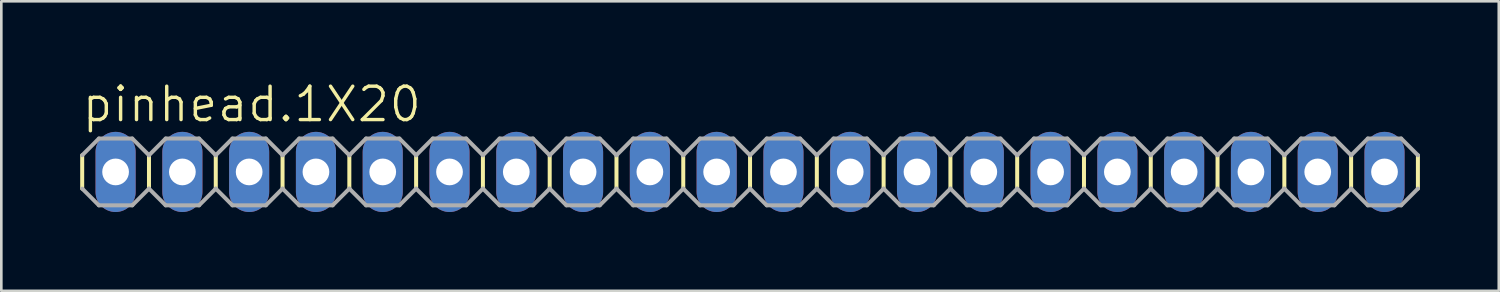
<source format=kicad_pcb>
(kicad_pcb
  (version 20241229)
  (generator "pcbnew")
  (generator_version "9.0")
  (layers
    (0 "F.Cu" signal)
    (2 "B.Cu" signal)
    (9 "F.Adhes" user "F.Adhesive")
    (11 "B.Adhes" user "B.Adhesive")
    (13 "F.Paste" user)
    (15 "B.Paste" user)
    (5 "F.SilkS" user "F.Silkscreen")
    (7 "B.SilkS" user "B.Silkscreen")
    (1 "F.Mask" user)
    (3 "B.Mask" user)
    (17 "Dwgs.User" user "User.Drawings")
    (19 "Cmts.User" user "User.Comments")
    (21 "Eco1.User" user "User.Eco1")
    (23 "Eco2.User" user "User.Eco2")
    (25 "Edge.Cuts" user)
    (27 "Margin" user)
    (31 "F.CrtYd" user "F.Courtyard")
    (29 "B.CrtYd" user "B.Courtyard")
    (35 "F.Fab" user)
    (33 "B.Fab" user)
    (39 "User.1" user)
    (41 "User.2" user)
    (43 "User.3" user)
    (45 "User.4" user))
  (footprint "pinhead.1X20"
    (layer "F.Cu")
    (at 25.476 3.489)
    (property "Reference" "pinhead.1X20" (at -25.476 -1.829 0) (layer "F.SilkS") (effects (font (size 1.27 1.27) (thickness 0.13)) (justify left bottom)))
    (attr through_hole)
    (fp_line (start -25.4 -0.635) (end -25.4 0.635) (stroke (width 0.152) (type default)) (layer "F.SilkS"))
    (fp_line (start -22.86 -0.635) (end -22.86 0.635) (stroke (width 0.152) (type default)) (layer "F.SilkS"))
    (fp_line (start -20.32 -0.635) (end -20.32 0.635) (stroke (width 0.152) (type default)) (layer "F.SilkS"))
    (fp_line (start -17.78 -0.635) (end -17.78 0.635) (stroke (width 0.152) (type default)) (layer "F.SilkS"))
    (fp_line (start -15.24 -0.635) (end -15.24 0.635) (stroke (width 0.152) (type default)) (layer "F.SilkS"))
    (fp_line (start -12.7 -0.635) (end -12.7 0.635) (stroke (width 0.152) (type default)) (layer "F.SilkS"))
    (fp_line (start -10.16 -0.635) (end -10.16 0.635) (stroke (width 0.152) (type default)) (layer "F.SilkS"))
    (fp_line (start -7.62 -0.635) (end -7.62 0.635) (stroke (width 0.152) (type default)) (layer "F.SilkS"))
    (fp_line (start -5.08 -0.635) (end -5.08 0.635) (stroke (width 0.152) (type default)) (layer "F.SilkS"))
    (fp_line (start -2.54 -0.635) (end -2.54 0.635) (stroke (width 0.152) (type default)) (layer "F.SilkS"))
    (fp_line (start 0 -0.635) (end 0 0.635) (stroke (width 0.152) (type default)) (layer "F.SilkS"))
    (fp_line (start 2.54 -0.635) (end 2.54 0.635) (stroke (width 0.152) (type default)) (layer "F.SilkS"))
    (fp_line (start 5.08 -0.635) (end 5.08 0.635) (stroke (width 0.152) (type default)) (layer "F.SilkS"))
    (fp_line (start 7.62 -0.635) (end 7.62 0.635) (stroke (width 0.152) (type default)) (layer "F.SilkS"))
    (fp_line (start 10.16 -0.635) (end 10.16 0.635) (stroke (width 0.152) (type default)) (layer "F.SilkS"))
    (fp_line (start 12.7 -0.635) (end 12.7 0.635) (stroke (width 0.152) (type default)) (layer "F.SilkS"))
    (fp_line (start 15.24 -0.635) (end 15.24 0.635) (stroke (width 0.152) (type default)) (layer "F.SilkS"))
    (fp_line (start 17.78 -0.635) (end 17.78 0.635) (stroke (width 0.152) (type default)) (layer "F.SilkS"))
    (fp_line (start 20.32 -0.635) (end 20.32 0.635) (stroke (width 0.152) (type default)) (layer "F.SilkS"))
    (fp_line (start 22.86 -0.635) (end 22.86 0.635) (stroke (width 0.152) (type default)) (layer "F.SilkS"))
    (fp_line (start 25.4 -0.635) (end 25.4 0.635) (stroke (width 0.152) (type default)) (layer "F.SilkS"))
    (fp_line (start -25.4 0.635) (end -24.765 1.27) (stroke (width 0.152) (type default)) (layer "F.Fab"))
    (fp_line (start -24.765 -1.27) (end -25.4 -0.635) (stroke (width 0.152) (type default)) (layer "F.Fab"))
    (fp_line (start -24.765 -1.27) (end -23.495 -1.27) (stroke (width 0.152) (type default)) (layer "F.Fab"))
    (fp_line (start -23.495 -1.27) (end -22.86 -0.635) (stroke (width 0.152) (type default)) (layer "F.Fab"))
    (fp_line (start -23.495 1.27) (end -24.765 1.27) (stroke (width 0.152) (type default)) (layer "F.Fab"))
    (fp_line (start -22.86 -0.635) (end -22.225 -1.27) (stroke (width 0.152) (type default)) (layer "F.Fab"))
    (fp_line (start -22.86 0.635) (end -23.495 1.27) (stroke (width 0.152) (type default)) (layer "F.Fab"))
    (fp_line (start -22.225 -1.27) (end -20.955 -1.27) (stroke (width 0.152) (type default)) (layer "F.Fab"))
    (fp_line (start -22.225 1.27) (end -22.86 0.635) (stroke (width 0.152) (type default)) (layer "F.Fab"))
    (fp_line (start -20.955 -1.27) (end -20.32 -0.635) (stroke (width 0.152) (type default)) (layer "F.Fab"))
    (fp_line (start -20.955 1.27) (end -22.225 1.27) (stroke (width 0.152) (type default)) (layer "F.Fab"))
    (fp_line (start -20.32 -0.635) (end -19.685 -1.27) (stroke (width 0.152) (type default)) (layer "F.Fab"))
    (fp_line (start -20.32 0.635) (end -20.955 1.27) (stroke (width 0.152) (type default)) (layer "F.Fab"))
    (fp_line (start -19.685 -1.27) (end -18.415 -1.27) (stroke (width 0.152) (type default)) (layer "F.Fab"))
    (fp_line (start -19.685 1.27) (end -20.32 0.635) (stroke (width 0.152) (type default)) (layer "F.Fab"))
    (fp_line (start -18.415 -1.27) (end -17.78 -0.635) (stroke (width 0.152) (type default)) (layer "F.Fab"))
    (fp_line (start -18.415 1.27) (end -19.685 1.27) (stroke (width 0.152) (type default)) (layer "F.Fab"))
    (fp_line (start -17.78 0.635) (end -18.415 1.27) (stroke (width 0.152) (type default)) (layer "F.Fab"))
    (fp_line (start -17.78 0.635) (end -17.145 1.27) (stroke (width 0.152) (type default)) (layer "F.Fab"))
    (fp_line (start -17.145 -1.27) (end -17.78 -0.635) (stroke (width 0.152) (type default)) (layer "F.Fab"))
    (fp_line (start -17.145 -1.27) (end -15.875 -1.27) (stroke (width 0.152) (type default)) (layer "F.Fab"))
    (fp_line (start -15.875 -1.27) (end -15.24 -0.635) (stroke (width 0.152) (type default)) (layer "F.Fab"))
    (fp_line (start -15.875 1.27) (end -17.145 1.27) (stroke (width 0.152) (type default)) (layer "F.Fab"))
    (fp_line (start -15.24 -0.635) (end -14.605 -1.27) (stroke (width 0.152) (type default)) (layer "F.Fab"))
    (fp_line (start -15.24 0.635) (end -15.875 1.27) (stroke (width 0.152) (type default)) (layer "F.Fab"))
    (fp_line (start -14.605 -1.27) (end -13.335 -1.27) (stroke (width 0.152) (type default)) (layer "F.Fab"))
    (fp_line (start -14.605 1.27) (end -15.24 0.635) (stroke (width 0.152) (type default)) (layer "F.Fab"))
    (fp_line (start -13.335 -1.27) (end -12.7 -0.635) (stroke (width 0.152) (type default)) (layer "F.Fab"))
    (fp_line (start -13.335 1.27) (end -14.605 1.27) (stroke (width 0.152) (type default)) (layer "F.Fab"))
    (fp_line (start -12.7 -0.635) (end -12.065 -1.27) (stroke (width 0.152) (type default)) (layer "F.Fab"))
    (fp_line (start -12.7 0.635) (end -13.335 1.27) (stroke (width 0.152) (type default)) (layer "F.Fab"))
    (fp_line (start -12.065 -1.27) (end -10.795 -1.27) (stroke (width 0.152) (type default)) (layer "F.Fab"))
    (fp_line (start -12.065 1.27) (end -12.7 0.635) (stroke (width 0.152) (type default)) (layer "F.Fab"))
    (fp_line (start -10.795 -1.27) (end -10.16 -0.635) (stroke (width 0.152) (type default)) (layer "F.Fab"))
    (fp_line (start -10.795 1.27) (end -12.065 1.27) (stroke (width 0.152) (type default)) (layer "F.Fab"))
    (fp_line (start -10.16 0.635) (end -10.795 1.27) (stroke (width 0.152) (type default)) (layer "F.Fab"))
    (fp_line (start -10.16 0.635) (end -9.525 1.27) (stroke (width 0.152) (type default)) (layer "F.Fab"))
    (fp_line (start -9.525 -1.27) (end -10.16 -0.635) (stroke (width 0.152) (type default)) (layer "F.Fab"))
    (fp_line (start -9.525 -1.27) (end -8.255 -1.27) (stroke (width 0.152) (type default)) (layer "F.Fab"))
    (fp_line (start -8.255 -1.27) (end -7.62 -0.635) (stroke (width 0.152) (type default)) (layer "F.Fab"))
    (fp_line (start -8.255 1.27) (end -9.525 1.27) (stroke (width 0.152) (type default)) (layer "F.Fab"))
    (fp_line (start -7.62 -0.635) (end -6.985 -1.27) (stroke (width 0.152) (type default)) (layer "F.Fab"))
    (fp_line (start -7.62 0.635) (end -8.255 1.27) (stroke (width 0.152) (type default)) (layer "F.Fab"))
    (fp_line (start -6.985 -1.27) (end -5.715 -1.27) (stroke (width 0.152) (type default)) (layer "F.Fab"))
    (fp_line (start -6.985 1.27) (end -7.62 0.635) (stroke (width 0.152) (type default)) (layer "F.Fab"))
    (fp_line (start -5.715 -1.27) (end -5.08 -0.635) (stroke (width 0.152) (type default)) (layer "F.Fab"))
    (fp_line (start -5.715 1.27) (end -6.985 1.27) (stroke (width 0.152) (type default)) (layer "F.Fab"))
    (fp_line (start -5.08 -0.635) (end -4.445 -1.27) (stroke (width 0.152) (type default)) (layer "F.Fab"))
    (fp_line (start -5.08 0.635) (end -5.715 1.27) (stroke (width 0.152) (type default)) (layer "F.Fab"))
    (fp_line (start -4.445 -1.27) (end -3.175 -1.27) (stroke (width 0.152) (type default)) (layer "F.Fab"))
    (fp_line (start -4.445 1.27) (end -5.08 0.635) (stroke (width 0.152) (type default)) (layer "F.Fab"))
    (fp_line (start -3.175 -1.27) (end -2.54 -0.635) (stroke (width 0.152) (type default)) (layer "F.Fab"))
    (fp_line (start -3.175 1.27) (end -4.445 1.27) (stroke (width 0.152) (type default)) (layer "F.Fab"))
    (fp_line (start -2.54 0.635) (end -3.175 1.27) (stroke (width 0.152) (type default)) (layer "F.Fab"))
    (fp_line (start -2.54 0.635) (end -1.905 1.27) (stroke (width 0.152) (type default)) (layer "F.Fab"))
    (fp_line (start -1.905 -1.27) (end -2.54 -0.635) (stroke (width 0.152) (type default)) (layer "F.Fab"))
    (fp_line (start -1.905 -1.27) (end -0.635 -1.27) (stroke (width 0.152) (type default)) (layer "F.Fab"))
    (fp_line (start -0.635 -1.27) (end 0 -0.635) (stroke (width 0.152) (type default)) (layer "F.Fab"))
    (fp_line (start -0.635 1.27) (end -1.905 1.27) (stroke (width 0.152) (type default)) (layer "F.Fab"))
    (fp_line (start 0 -0.635) (end 0.635 -1.27) (stroke (width 0.152) (type default)) (layer "F.Fab"))
    (fp_line (start 0 0.635) (end -0.635 1.27) (stroke (width 0.152) (type default)) (layer "F.Fab"))
    (fp_line (start 0.635 -1.27) (end 1.905 -1.27) (stroke (width 0.152) (type default)) (layer "F.Fab"))
    (fp_line (start 0.635 1.27) (end 0 0.635) (stroke (width 0.152) (type default)) (layer "F.Fab"))
    (fp_line (start 1.905 -1.27) (end 2.54 -0.635) (stroke (width 0.152) (type default)) (layer "F.Fab"))
    (fp_line (start 1.905 1.27) (end 0.635 1.27) (stroke (width 0.152) (type default)) (layer "F.Fab"))
    (fp_line (start 2.54 -0.635) (end 3.175 -1.27) (stroke (width 0.152) (type default)) (layer "F.Fab"))
    (fp_line (start 2.54 0.635) (end 1.905 1.27) (stroke (width 0.152) (type default)) (layer "F.Fab"))
    (fp_line (start 3.175 -1.27) (end 4.445 -1.27) (stroke (width 0.152) (type default)) (layer "F.Fab"))
    (fp_line (start 3.175 1.27) (end 2.54 0.635) (stroke (width 0.152) (type default)) (layer "F.Fab"))
    (fp_line (start 4.445 -1.27) (end 5.08 -0.635) (stroke (width 0.152) (type default)) (layer "F.Fab"))
    (fp_line (start 4.445 1.27) (end 3.175 1.27) (stroke (width 0.152) (type default)) (layer "F.Fab"))
    (fp_line (start 5.08 0.635) (end 4.445 1.27) (stroke (width 0.152) (type default)) (layer "F.Fab"))
    (fp_line (start 5.08 0.635) (end 5.715 1.27) (stroke (width 0.152) (type default)) (layer "F.Fab"))
    (fp_line (start 5.715 -1.27) (end 5.08 -0.635) (stroke (width 0.152) (type default)) (layer "F.Fab"))
    (fp_line (start 5.715 -1.27) (end 6.985 -1.27) (stroke (width 0.152) (type default)) (layer "F.Fab"))
    (fp_line (start 6.985 -1.27) (end 7.62 -0.635) (stroke (width 0.152) (type default)) (layer "F.Fab"))
    (fp_line (start 6.985 1.27) (end 5.715 1.27) (stroke (width 0.152) (type default)) (layer "F.Fab"))
    (fp_line (start 7.62 -0.635) (end 8.255 -1.27) (stroke (width 0.152) (type default)) (layer "F.Fab"))
    (fp_line (start 7.62 0.635) (end 6.985 1.27) (stroke (width 0.152) (type default)) (layer "F.Fab"))
    (fp_line (start 8.255 -1.27) (end 9.525 -1.27) (stroke (width 0.152) (type default)) (layer "F.Fab"))
    (fp_line (start 8.255 1.27) (end 7.62 0.635) (stroke (width 0.152) (type default)) (layer "F.Fab"))
    (fp_line (start 9.525 -1.27) (end 10.16 -0.635) (stroke (width 0.152) (type default)) (layer "F.Fab"))
    (fp_line (start 9.525 1.27) (end 8.255 1.27) (stroke (width 0.152) (type default)) (layer "F.Fab"))
    (fp_line (start 10.16 -0.635) (end 10.795 -1.27) (stroke (width 0.152) (type default)) (layer "F.Fab"))
    (fp_line (start 10.16 0.635) (end 9.525 1.27) (stroke (width 0.152) (type default)) (layer "F.Fab"))
    (fp_line (start 10.795 -1.27) (end 12.065 -1.27) (stroke (width 0.152) (type default)) (layer "F.Fab"))
    (fp_line (start 10.795 1.27) (end 10.16 0.635) (stroke (width 0.152) (type default)) (layer "F.Fab"))
    (fp_line (start 12.065 -1.27) (end 12.7 -0.635) (stroke (width 0.152) (type default)) (layer "F.Fab"))
    (fp_line (start 12.065 1.27) (end 10.795 1.27) (stroke (width 0.152) (type default)) (layer "F.Fab"))
    (fp_line (start 12.7 0.635) (end 12.065 1.27) (stroke (width 0.152) (type default)) (layer "F.Fab"))
    (fp_line (start 12.7 0.635) (end 13.335 1.27) (stroke (width 0.152) (type default)) (layer "F.Fab"))
    (fp_line (start 13.335 -1.27) (end 12.7 -0.635) (stroke (width 0.152) (type default)) (layer "F.Fab"))
    (fp_line (start 13.335 -1.27) (end 14.605 -1.27) (stroke (width 0.152) (type default)) (layer "F.Fab"))
    (fp_line (start 14.605 -1.27) (end 15.24 -0.635) (stroke (width 0.152) (type default)) (layer "F.Fab"))
    (fp_line (start 14.605 1.27) (end 13.335 1.27) (stroke (width 0.152) (type default)) (layer "F.Fab"))
    (fp_line (start 15.24 -0.635) (end 15.875 -1.27) (stroke (width 0.152) (type default)) (layer "F.Fab"))
    (fp_line (start 15.24 0.635) (end 14.605 1.27) (stroke (width 0.152) (type default)) (layer "F.Fab"))
    (fp_line (start 15.875 -1.27) (end 17.145 -1.27) (stroke (width 0.152) (type default)) (layer "F.Fab"))
    (fp_line (start 15.875 1.27) (end 15.24 0.635) (stroke (width 0.152) (type default)) (layer "F.Fab"))
    (fp_line (start 17.145 -1.27) (end 17.78 -0.635) (stroke (width 0.152) (type default)) (layer "F.Fab"))
    (fp_line (start 17.145 1.27) (end 15.875 1.27) (stroke (width 0.152) (type default)) (layer "F.Fab"))
    (fp_line (start 17.78 -0.635) (end 18.415 -1.27) (stroke (width 0.152) (type default)) (layer "F.Fab"))
    (fp_line (start 17.78 0.635) (end 17.145 1.27) (stroke (width 0.152) (type default)) (layer "F.Fab"))
    (fp_line (start 18.415 -1.27) (end 19.685 -1.27) (stroke (width 0.152) (type default)) (layer "F.Fab"))
    (fp_line (start 18.415 1.27) (end 17.78 0.635) (stroke (width 0.152) (type default)) (layer "F.Fab"))
    (fp_line (start 19.685 -1.27) (end 20.32 -0.635) (stroke (width 0.152) (type default)) (layer "F.Fab"))
    (fp_line (start 19.685 1.27) (end 18.415 1.27) (stroke (width 0.152) (type default)) (layer "F.Fab"))
    (fp_line (start 20.32 0.635) (end 19.685 1.27) (stroke (width 0.152) (type default)) (layer "F.Fab"))
    (fp_line (start 20.32 0.635) (end 20.955 1.27) (stroke (width 0.152) (type default)) (layer "F.Fab"))
    (fp_line (start 20.955 -1.27) (end 20.32 -0.635) (stroke (width 0.152) (type default)) (layer "F.Fab"))
    (fp_line (start 20.955 -1.27) (end 22.225 -1.27) (stroke (width 0.152) (type default)) (layer "F.Fab"))
    (fp_line (start 22.225 -1.27) (end 22.86 -0.635) (stroke (width 0.152) (type default)) (layer "F.Fab"))
    (fp_line (start 22.225 1.27) (end 20.955 1.27) (stroke (width 0.152) (type default)) (layer "F.Fab"))
    (fp_line (start 22.86 0.635) (end 22.225 1.27) (stroke (width 0.152) (type default)) (layer "F.Fab"))
    (fp_line (start 22.86 0.635) (end 23.495 1.27) (stroke (width 0.152) (type default)) (layer "F.Fab"))
    (fp_line (start 23.495 -1.27) (end 22.86 -0.635) (stroke (width 0.152) (type default)) (layer "F.Fab"))
    (fp_line (start 23.495 -1.27) (end 24.765 -1.27) (stroke (width 0.152) (type default)) (layer "F.Fab"))
    (fp_line (start 24.765 -1.27) (end 25.4 -0.635) (stroke (width 0.152) (type default)) (layer "F.Fab"))
    (fp_line (start 24.765 1.27) (end 23.495 1.27) (stroke (width 0.152) (type default)) (layer "F.Fab"))
    (fp_line (start 25.4 0.635) (end 24.765 1.27) (stroke (width 0.152) (type default)) (layer "F.Fab"))
    (fp_rect (start -24.384 0.254) (end -23.876 -0.254) (stroke (width 0.05) (type default)) (fill no) (layer "F.Fab"))
    (fp_rect (start -21.844 0.254) (end -21.336 -0.254) (stroke (width 0.05) (type default)) (fill no) (layer "F.Fab"))
    (fp_rect (start -19.304 0.254) (end -18.796 -0.254) (stroke (width 0.05) (type default)) (fill no) (layer "F.Fab"))
    (fp_rect (start -16.764 0.254) (end -16.256 -0.254) (stroke (width 0.05) (type default)) (fill no) (layer "F.Fab"))
    (fp_rect (start -14.224 0.254) (end -13.716 -0.254) (stroke (width 0.05) (type default)) (fill no) (layer "F.Fab"))
    (fp_rect (start -11.684 0.254) (end -11.176 -0.254) (stroke (width 0.05) (type default)) (fill no) (layer "F.Fab"))
    (fp_rect (start -9.144 0.254) (end -8.636 -0.254) (stroke (width 0.05) (type default)) (fill no) (layer "F.Fab"))
    (fp_rect (start -6.604 0.254) (end -6.096 -0.254) (stroke (width 0.05) (type default)) (fill no) (layer "F.Fab"))
    (fp_rect (start -4.064 0.254) (end -3.556 -0.254) (stroke (width 0.05) (type default)) (fill no) (layer "F.Fab"))
    (fp_rect (start -1.524 0.254) (end -1.016 -0.254) (stroke (width 0.05) (type default)) (fill no) (layer "F.Fab"))
    (fp_rect (start 1.016 0.254) (end 1.524 -0.254) (stroke (width 0.05) (type default)) (fill no) (layer "F.Fab"))
    (fp_rect (start 3.556 0.254) (end 4.064 -0.254) (stroke (width 0.05) (type default)) (fill no) (layer "F.Fab"))
    (fp_rect (start 6.096 0.254) (end 6.604 -0.254) (stroke (width 0.05) (type default)) (fill no) (layer "F.Fab"))
    (fp_rect (start 8.636 0.254) (end 9.144 -0.254) (stroke (width 0.05) (type default)) (fill no) (layer "F.Fab"))
    (fp_rect (start 11.176 0.254) (end 11.684 -0.254) (stroke (width 0.05) (type default)) (fill no) (layer "F.Fab"))
    (fp_rect (start 13.716 0.254) (end 14.224 -0.254) (stroke (width 0.05) (type default)) (fill no) (layer "F.Fab"))
    (fp_rect (start 16.256 0.254) (end 16.764 -0.254) (stroke (width 0.05) (type default)) (fill no) (layer "F.Fab"))
    (fp_rect (start 18.796 0.254) (end 19.304 -0.254) (stroke (width 0.05) (type default)) (fill no) (layer "F.Fab"))
    (fp_rect (start 21.336 0.254) (end 21.844 -0.254) (stroke (width 0.05) (type default)) (fill no) (layer "F.Fab"))
    (fp_rect (start 23.876 0.254) (end 24.384 -0.254) (stroke (width 0.05) (type default)) (fill no) (layer "F.Fab"))
    (pad "1" thru_hole oval (at -24.13 0 90) (size 3.048 1.524) (drill 1.016) (layers "*.Cu" "*.Mask"))
    (pad "2" thru_hole oval (at -21.59 0 90) (size 3.048 1.524) (drill 1.016) (layers "*.Cu" "*.Mask"))
    (pad "3" thru_hole oval (at -19.05 0 90) (size 3.048 1.524) (drill 1.016) (layers "*.Cu" "*.Mask"))
    (pad "4" thru_hole oval (at -16.51 0 90) (size 3.048 1.524) (drill 1.016) (layers "*.Cu" "*.Mask"))
    (pad "5" thru_hole oval (at -13.97 0 90) (size 3.048 1.524) (drill 1.016) (layers "*.Cu" "*.Mask"))
    (pad "6" thru_hole oval (at -11.43 0 90) (size 3.048 1.524) (drill 1.016) (layers "*.Cu" "*.Mask"))
    (pad "7" thru_hole oval (at -8.89 0 90) (size 3.048 1.524) (drill 1.016) (layers "*.Cu" "*.Mask"))
    (pad "8" thru_hole oval (at -6.35 0 90) (size 3.048 1.524) (drill 1.016) (layers "*.Cu" "*.Mask"))
    (pad "9" thru_hole oval (at -3.81 0 90) (size 3.048 1.524) (drill 1.016) (layers "*.Cu" "*.Mask"))
    (pad "10" thru_hole oval (at -1.27 0 90) (size 3.048 1.524) (drill 1.016) (layers "*.Cu" "*.Mask"))
    (pad "11" thru_hole oval (at 1.27 0 90) (size 3.048 1.524) (drill 1.016) (layers "*.Cu" "*.Mask"))
    (pad "12" thru_hole oval (at 3.81 0 90) (size 3.048 1.524) (drill 1.016) (layers "*.Cu" "*.Mask"))
    (pad "13" thru_hole oval (at 6.35 0 90) (size 3.048 1.524) (drill 1.016) (layers "*.Cu" "*.Mask"))
    (pad "14" thru_hole oval (at 8.89 0 90) (size 3.048 1.524) (drill 1.016) (layers "*.Cu" "*.Mask"))
    (pad "15" thru_hole oval (at 11.43 0 90) (size 3.048 1.524) (drill 1.016) (layers "*.Cu" "*.Mask"))
    (pad "16" thru_hole oval (at 13.97 0 90) (size 3.048 1.524) (drill 1.016) (layers "*.Cu" "*.Mask"))
    (pad "17" thru_hole oval (at 16.51 0 90) (size 3.048 1.524) (drill 1.016) (layers "*.Cu" "*.Mask"))
    (pad "18" thru_hole oval (at 19.05 0 90) (size 3.048 1.524) (drill 1.016) (layers "*.Cu" "*.Mask"))
    (pad "19" thru_hole oval (at 21.59 0 90) (size 3.048 1.524) (drill 1.016) (layers "*.Cu" "*.Mask"))
    (pad "20" thru_hole oval (at 24.13 0 90) (size 3.048 1.524) (drill 1.016) (layers "*.Cu" "*.Mask")))
  (gr_rect
    (start -3 -3)
    (end 53.952 8.013)
    (stroke (width 0.1) (type default))
    (fill no)
    (layer "Edge.Cuts")))
</source>
